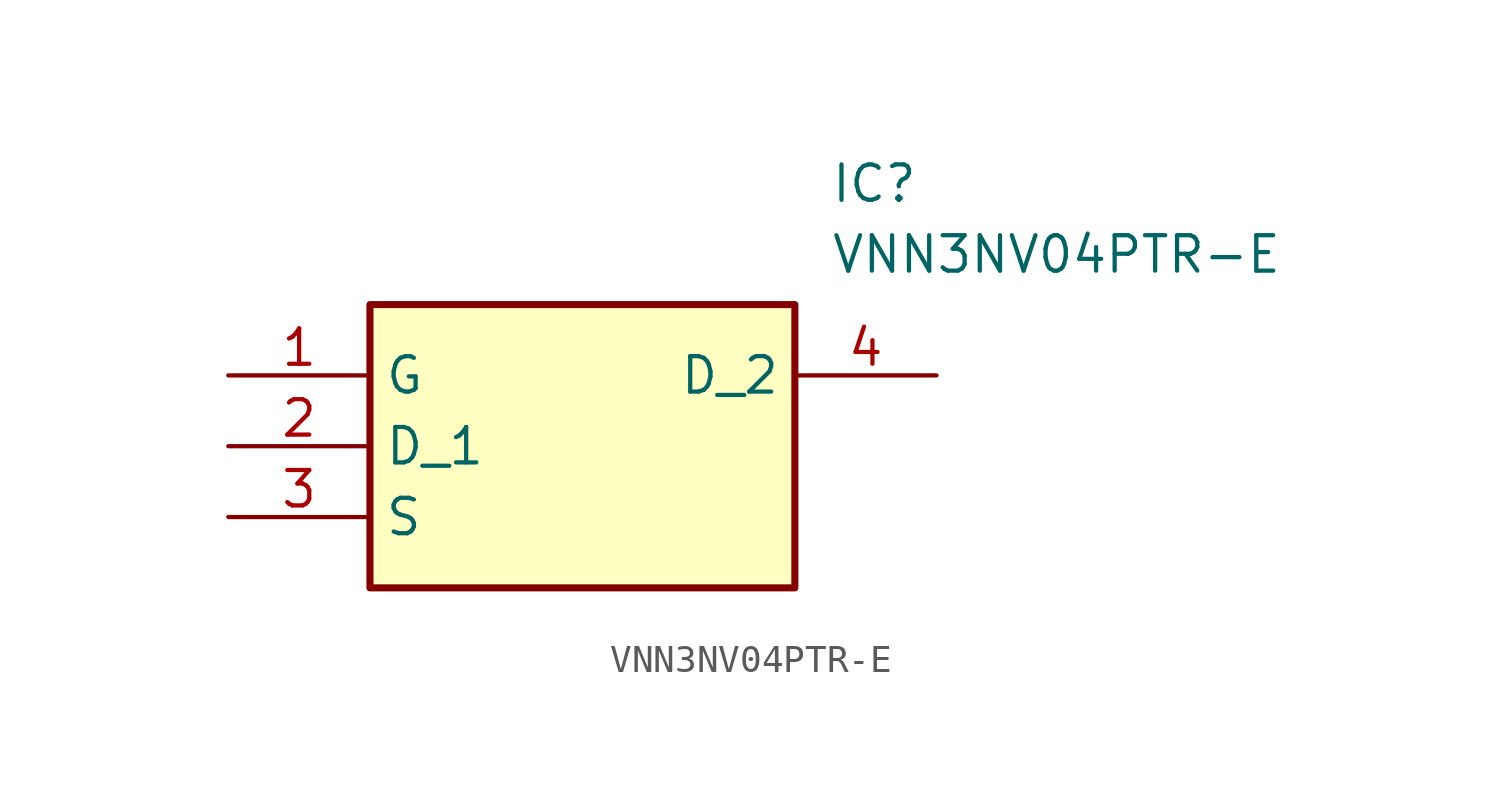
<source format=kicad_sym>
(kicad_symbol_lib
  (version 20211014)
  (generator SamacSys_ECAD_Model)
  (symbol "VNN3NV04PTR-E"
    (property "Reference" "IC"
      (at 21.59 7.62 0)
      (effects (font (size 1.27 1.27)) (justify left top)))
    (property "Value" "VNN3NV04PTR-E"
      (at 21.59 5.08 0)
      (effects (font (size 1.27 1.27)) (justify left top)))
    (rectangle
      (start 5.08 2.54)
      (end 20.32 -7.62)
      (stroke (width 0.254) (type default))
      (fill (type background)))
    (pin passive line
      (at 0 0 0)
      (length 5.08)
      (name "G" (effects (font (size 1.27 1.27))))
      (number "1" (effects (font (size 1.27 1.27)))))
    (pin passive line
      (at 0 -2.54 0)
      (length 5.08)
      (name "D_1" (effects (font (size 1.27 1.27))))
      (number "2" (effects (font (size 1.27 1.27)))))
    (pin passive line
      (at 0 -5.08 0)
      (length 5.08)
      (name "S" (effects (font (size 1.27 1.27))))
      (number "3" (effects (font (size 1.27 1.27)))))
    (pin passive line
      (at 25.4 0 180)
      (length 5.08)
      (name "D_2" (effects (font (size 1.27 1.27))))
      (number "4" (effects (font (size 1.27 1.27)))))))
</source>
